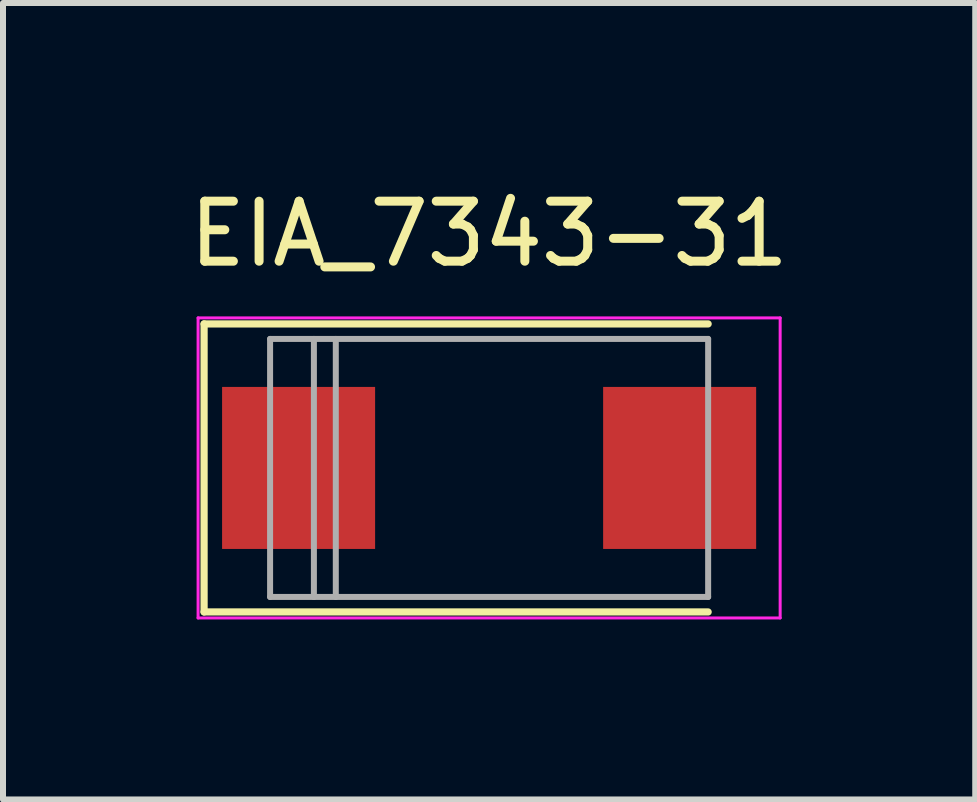
<source format=kicad_pcb>
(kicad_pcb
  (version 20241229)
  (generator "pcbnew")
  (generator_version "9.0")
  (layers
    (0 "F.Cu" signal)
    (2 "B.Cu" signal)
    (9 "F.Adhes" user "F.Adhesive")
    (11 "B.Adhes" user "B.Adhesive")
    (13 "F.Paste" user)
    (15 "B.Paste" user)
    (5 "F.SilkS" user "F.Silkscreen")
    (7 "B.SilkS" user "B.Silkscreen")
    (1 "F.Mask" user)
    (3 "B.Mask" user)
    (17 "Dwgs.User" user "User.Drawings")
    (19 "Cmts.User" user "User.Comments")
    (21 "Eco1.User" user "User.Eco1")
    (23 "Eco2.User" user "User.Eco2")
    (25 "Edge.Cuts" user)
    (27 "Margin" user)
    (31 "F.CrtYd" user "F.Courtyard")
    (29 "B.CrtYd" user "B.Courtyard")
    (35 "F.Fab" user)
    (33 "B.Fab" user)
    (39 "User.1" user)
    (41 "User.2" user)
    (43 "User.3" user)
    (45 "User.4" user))
  (footprint "EIA_7343-31"
    (layer "F.Cu")
    (at 5.101 4.748)
    (property "Reference" "EIA_7343-31" (at 0 -3.9 0) (layer "F.SilkS") (effects (font (size 1 1) (thickness 0.15))))
    (attr smd)
    (fp_line (start -4.75 -2.4) (end -4.75 2.4) (stroke (width 0.12) (type solid)) (layer "F.SilkS"))
    (fp_line (start -4.75 -2.4) (end 3.65 -2.4) (stroke (width 0.12) (type solid)) (layer "F.SilkS"))
    (fp_line (start -4.75 2.4) (end 3.65 2.4) (stroke (width 0.12) (type solid)) (layer "F.SilkS"))
    (fp_line (start -4.85 -2.5) (end -4.85 2.5) (stroke (width 0.05) (type solid)) (layer "F.CrtYd"))
    (fp_line (start -4.85 2.5) (end 4.85 2.5) (stroke (width 0.05) (type solid)) (layer "F.CrtYd"))
    (fp_line (start 4.85 -2.5) (end -4.85 -2.5) (stroke (width 0.05) (type solid)) (layer "F.CrtYd"))
    (fp_line (start 4.85 2.5) (end 4.85 -2.5) (stroke (width 0.05) (type solid)) (layer "F.CrtYd"))
    (fp_line (start -3.65 -2.15) (end -3.65 2.15) (stroke (width 0.1) (type solid)) (layer "F.Fab"))
    (fp_line (start -3.65 2.15) (end 3.65 2.15) (stroke (width 0.1) (type solid)) (layer "F.Fab"))
    (fp_line (start -2.92 -2.15) (end -2.92 2.15) (stroke (width 0.1) (type solid)) (layer "F.Fab"))
    (fp_line (start -2.555 -2.15) (end -2.555 2.15) (stroke (width 0.1) (type solid)) (layer "F.Fab"))
    (fp_line (start 3.65 -2.15) (end -3.65 -2.15) (stroke (width 0.1) (type solid)) (layer "F.Fab"))
    (fp_line (start 3.65 2.15) (end 3.65 -2.15) (stroke (width 0.1) (type solid)) (layer "F.Fab"))
    (pad "1" smd rect (at -3.175 0) (size 2.55 2.7) (layers "F.Cu" "F.Mask" "F.Paste"))
    (pad "2" smd rect (at 3.175 0) (size 2.55 2.7) (layers "F.Cu" "F.Mask" "F.Paste")))
  (gr_rect
    (start -3 -3)
    (end 13.202 10.273)
    (stroke (width 0.1) (type default))
    (fill no)
    (layer "Edge.Cuts")))
</source>
